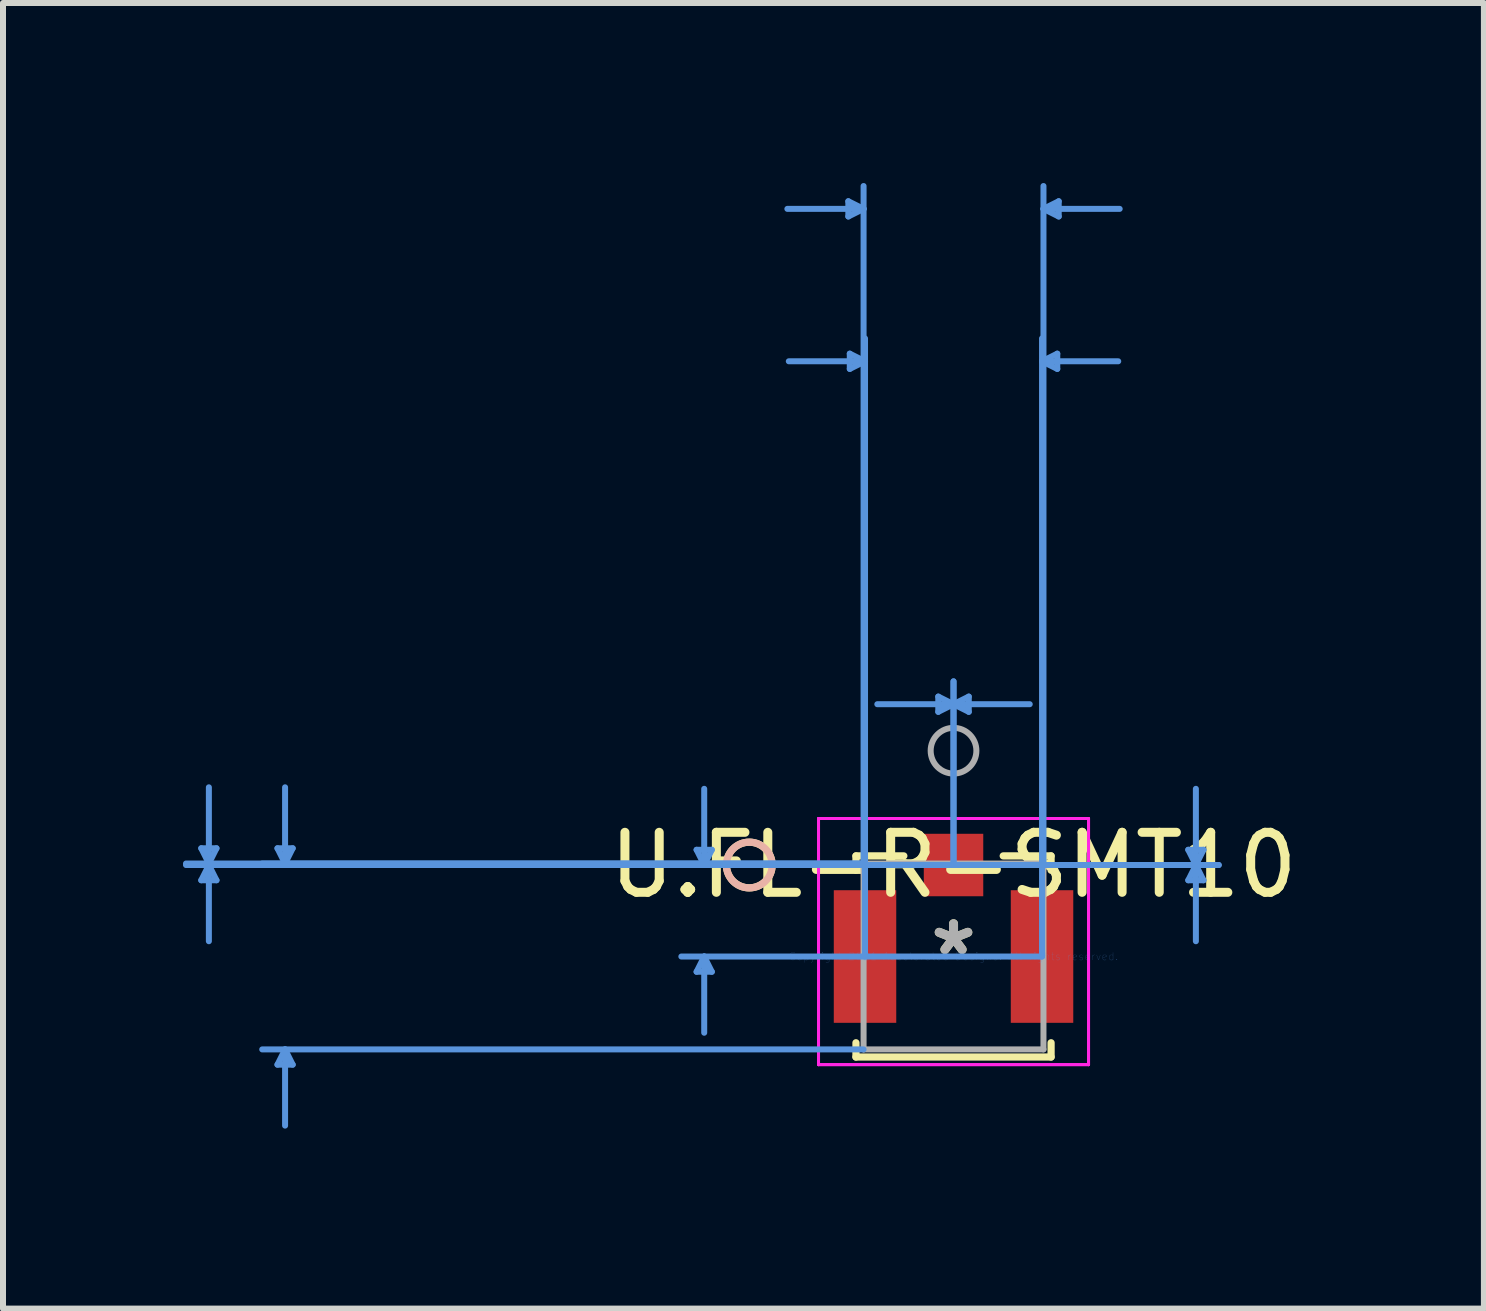
<source format=kicad_pcb>
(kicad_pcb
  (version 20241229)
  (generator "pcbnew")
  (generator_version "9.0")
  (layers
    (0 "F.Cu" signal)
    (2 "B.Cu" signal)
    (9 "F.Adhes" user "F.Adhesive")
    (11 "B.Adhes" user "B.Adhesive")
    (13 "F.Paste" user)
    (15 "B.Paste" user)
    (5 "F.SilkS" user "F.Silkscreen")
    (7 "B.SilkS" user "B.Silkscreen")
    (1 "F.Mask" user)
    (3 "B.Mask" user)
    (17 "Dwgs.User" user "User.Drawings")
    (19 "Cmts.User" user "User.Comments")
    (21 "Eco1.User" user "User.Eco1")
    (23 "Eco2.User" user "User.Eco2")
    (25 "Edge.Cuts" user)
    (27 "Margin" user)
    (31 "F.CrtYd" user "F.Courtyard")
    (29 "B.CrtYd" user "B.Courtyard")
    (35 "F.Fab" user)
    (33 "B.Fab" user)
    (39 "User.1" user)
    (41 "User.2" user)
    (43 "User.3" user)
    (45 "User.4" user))
  (footprint "U.FL-R-SMT10"
    (layer "F.Cu")
    (at 12.841 12.89)
    (property "Reference" "U.FL-R-SMT10" (at 0 -1.524 0) (layer "F.SilkS") (effects (font (size 1 1) (thickness 0.15))))
    (attr through_hole)
    (fp_line (start -1.626 -1.676) (end -1.626 -1.437) (stroke (width 0.12) (type solid)) (layer "F.SilkS"))
    (fp_line (start -1.626 1.438) (end -1.626 1.676) (stroke (width 0.12) (type solid)) (layer "F.SilkS"))
    (fp_line (start -1.626 1.676) (end 1.626 1.676) (stroke (width 0.12) (type solid)) (layer "F.SilkS"))
    (fp_line (start -0.828 -1.676) (end -1.626 -1.676) (stroke (width 0.12) (type solid)) (layer "F.SilkS"))
    (fp_line (start 1.626 -1.676) (end 0.828 -1.676) (stroke (width 0.12) (type solid)) (layer "F.SilkS"))
    (fp_line (start 1.626 -1.437) (end 1.626 -1.676) (stroke (width 0.12) (type solid)) (layer "F.SilkS"))
    (fp_line (start 1.626 1.676) (end 1.626 1.438) (stroke (width 0.12) (type solid)) (layer "F.SilkS"))
    (fp_circle (center -3.404 -1.524) (end -3.023 -1.524) (stroke (width 0.12) (type solid)) (fill no) (layer "F.SilkS"))
    (fp_circle (center -3.404 -1.524) (end -3.023 -1.524) (stroke (width 0.12) (type solid)) (fill no) (layer "B.SilkS"))
    (fp_line (start -12.537 -1.803) (end -12.283 -1.803) (stroke (width 0.1) (type solid)) (layer "Cmts.User"))
    (fp_line (start -12.537 -1.27) (end -12.283 -1.27) (stroke (width 0.1) (type solid)) (layer "Cmts.User"))
    (fp_line (start -12.41 -1.549) (end -12.537 -1.803) (stroke (width 0.1) (type solid)) (layer "Cmts.User"))
    (fp_line (start -12.41 -1.549) (end -12.41 -2.819) (stroke (width 0.1) (type solid)) (layer "Cmts.User"))
    (fp_line (start -12.41 -1.549) (end -12.283 -1.803) (stroke (width 0.1) (type solid)) (layer "Cmts.User"))
    (fp_line (start -12.41 -1.524) (end -12.537 -1.27) (stroke (width 0.1) (type solid)) (layer "Cmts.User"))
    (fp_line (start -12.41 -1.524) (end -12.41 -0.254) (stroke (width 0.1) (type solid)) (layer "Cmts.User"))
    (fp_line (start -12.41 -1.524) (end -12.283 -1.27) (stroke (width 0.1) (type solid)) (layer "Cmts.User"))
    (fp_line (start -11.267 -1.803) (end -11.013 -1.803) (stroke (width 0.1) (type solid)) (layer "Cmts.User"))
    (fp_line (start -11.267 1.803) (end -11.013 1.803) (stroke (width 0.1) (type solid)) (layer "Cmts.User"))
    (fp_line (start -11.14 -1.549) (end -11.267 -1.803) (stroke (width 0.1) (type solid)) (layer "Cmts.User"))
    (fp_line (start -11.14 -1.549) (end -11.14 -2.819) (stroke (width 0.1) (type solid)) (layer "Cmts.User"))
    (fp_line (start -11.14 -1.549) (end -11.013 -1.803) (stroke (width 0.1) (type solid)) (layer "Cmts.User"))
    (fp_line (start -11.14 1.549) (end -11.267 1.803) (stroke (width 0.1) (type solid)) (layer "Cmts.User"))
    (fp_line (start -11.14 1.549) (end -11.14 2.819) (stroke (width 0.1) (type solid)) (layer "Cmts.User"))
    (fp_line (start -11.14 1.549) (end -11.013 1.803) (stroke (width 0.1) (type solid)) (layer "Cmts.User"))
    (fp_line (start -4.282 -1.778) (end -4.028 -1.778) (stroke (width 0.1) (type solid)) (layer "Cmts.User"))
    (fp_line (start -4.282 0.255) (end -4.028 0.255) (stroke (width 0.1) (type solid)) (layer "Cmts.User"))
    (fp_line (start -4.155 -1.524) (end -4.282 -1.778) (stroke (width 0.1) (type solid)) (layer "Cmts.User"))
    (fp_line (start -4.155 -1.524) (end -4.155 -2.794) (stroke (width 0.1) (type solid)) (layer "Cmts.User"))
    (fp_line (start -4.155 -1.524) (end -4.028 -1.778) (stroke (width 0.1) (type solid)) (layer "Cmts.User"))
    (fp_line (start -4.155 0.001) (end -4.282 0.255) (stroke (width 0.1) (type solid)) (layer "Cmts.User"))
    (fp_line (start -4.155 0.001) (end -4.155 1.271) (stroke (width 0.1) (type solid)) (layer "Cmts.User"))
    (fp_line (start -4.155 0.001) (end -4.028 0.255) (stroke (width 0.1) (type solid)) (layer "Cmts.User"))
    (fp_line (start -1.753 -12.586) (end -1.753 -12.332) (stroke (width 0.1) (type solid)) (layer "Cmts.User"))
    (fp_line (start -1.729 -10.046) (end -1.729 -9.792) (stroke (width 0.1) (type solid)) (layer "Cmts.User"))
    (fp_line (start -1.499 -12.459) (end -2.769 -12.459) (stroke (width 0.1) (type solid)) (layer "Cmts.User"))
    (fp_line (start -1.499 -12.459) (end -1.753 -12.586) (stroke (width 0.1) (type solid)) (layer "Cmts.User"))
    (fp_line (start -1.499 -12.459) (end -1.753 -12.332) (stroke (width 0.1) (type solid)) (layer "Cmts.User"))
    (fp_line (start -1.499 -1.549) (end -12.791 -1.549) (stroke (width 0.1) (type solid)) (layer "Cmts.User"))
    (fp_line (start -1.499 -1.549) (end -11.521 -1.549) (stroke (width 0.1) (type solid)) (layer "Cmts.User"))
    (fp_line (start -1.499 -1.549) (end -1.499 -12.84) (stroke (width 0.1) (type solid)) (layer "Cmts.User"))
    (fp_line (start -1.499 1.549) (end -11.521 1.549) (stroke (width 0.1) (type solid)) (layer "Cmts.User"))
    (fp_line (start -1.475 -9.919) (end -2.745 -9.919) (stroke (width 0.1) (type solid)) (layer "Cmts.User"))
    (fp_line (start -1.475 -9.919) (end -1.729 -10.046) (stroke (width 0.1) (type solid)) (layer "Cmts.User"))
    (fp_line (start -1.475 -9.919) (end -1.729 -9.792) (stroke (width 0.1) (type solid)) (layer "Cmts.User"))
    (fp_line (start -1.475 0.001) (end -1.475 -10.3) (stroke (width 0.1) (type solid)) (layer "Cmts.User"))
    (fp_line (start -0.254 -4.331) (end -0.254 -4.077) (stroke (width 0.1) (type solid)) (layer "Cmts.User"))
    (fp_line (start 0 -4.204) (end -1.27 -4.204) (stroke (width 0.1) (type solid)) (layer "Cmts.User"))
    (fp_line (start 0 -4.204) (end -0.254 -4.331) (stroke (width 0.1) (type solid)) (layer "Cmts.User"))
    (fp_line (start 0 -4.204) (end -0.254 -4.077) (stroke (width 0.1) (type solid)) (layer "Cmts.User"))
    (fp_line (start 0 -4.204) (end 0.254 -4.331) (stroke (width 0.1) (type solid)) (layer "Cmts.User"))
    (fp_line (start 0 -4.204) (end 0.254 -4.077) (stroke (width 0.1) (type solid)) (layer "Cmts.User"))
    (fp_line (start 0 -4.204) (end 1.27 -4.204) (stroke (width 0.1) (type solid)) (layer "Cmts.User"))
    (fp_line (start 0 -1.524) (end -12.791 -1.524) (stroke (width 0.1) (type solid)) (layer "Cmts.User"))
    (fp_line (start 0 -1.524) (end -4.536 -1.524) (stroke (width 0.1) (type solid)) (layer "Cmts.User"))
    (fp_line (start 0 -1.524) (end 0 -4.585) (stroke (width 0.1) (type solid)) (layer "Cmts.User"))
    (fp_line (start 0 -1.524) (end 0 -4.585) (stroke (width 0.1) (type solid)) (layer "Cmts.User"))
    (fp_line (start 0 -1.524) (end 4.42 -1.524) (stroke (width 0.1) (type solid)) (layer "Cmts.User"))
    (fp_line (start 0 -1.524) (end 4.42 -1.524) (stroke (width 0.1) (type solid)) (layer "Cmts.User"))
    (fp_line (start 0.254 -4.331) (end 0.254 -4.077) (stroke (width 0.1) (type solid)) (layer "Cmts.User"))
    (fp_line (start 1.475 -9.919) (end 1.729 -10.046) (stroke (width 0.1) (type solid)) (layer "Cmts.User"))
    (fp_line (start 1.475 -9.919) (end 1.729 -9.792) (stroke (width 0.1) (type solid)) (layer "Cmts.User"))
    (fp_line (start 1.475 -9.919) (end 2.745 -9.919) (stroke (width 0.1) (type solid)) (layer "Cmts.User"))
    (fp_line (start 1.475 0.001) (end -4.536 0.001) (stroke (width 0.1) (type solid)) (layer "Cmts.User"))
    (fp_line (start 1.475 0.001) (end 1.475 -10.3) (stroke (width 0.1) (type solid)) (layer "Cmts.User"))
    (fp_line (start 1.499 -12.459) (end 1.753 -12.586) (stroke (width 0.1) (type solid)) (layer "Cmts.User"))
    (fp_line (start 1.499 -12.459) (end 1.753 -12.332) (stroke (width 0.1) (type solid)) (layer "Cmts.User"))
    (fp_line (start 1.499 -12.459) (end 2.769 -12.459) (stroke (width 0.1) (type solid)) (layer "Cmts.User"))
    (fp_line (start 1.499 -1.549) (end 1.499 -12.84) (stroke (width 0.1) (type solid)) (layer "Cmts.User"))
    (fp_line (start 1.729 -10.046) (end 1.729 -9.792) (stroke (width 0.1) (type solid)) (layer "Cmts.User"))
    (fp_line (start 1.753 -12.586) (end 1.753 -12.332) (stroke (width 0.1) (type solid)) (layer "Cmts.User"))
    (fp_line (start 3.912 -1.778) (end 4.166 -1.778) (stroke (width 0.1) (type solid)) (layer "Cmts.User"))
    (fp_line (start 3.912 -1.27) (end 4.166 -1.27) (stroke (width 0.1) (type solid)) (layer "Cmts.User"))
    (fp_line (start 4.039 -1.524) (end 3.912 -1.778) (stroke (width 0.1) (type solid)) (layer "Cmts.User"))
    (fp_line (start 4.039 -1.524) (end 3.912 -1.27) (stroke (width 0.1) (type solid)) (layer "Cmts.User"))
    (fp_line (start 4.039 -1.524) (end 4.039 -2.794) (stroke (width 0.1) (type solid)) (layer "Cmts.User"))
    (fp_line (start 4.039 -1.524) (end 4.039 -0.254) (stroke (width 0.1) (type solid)) (layer "Cmts.User"))
    (fp_line (start 4.039 -1.524) (end 4.166 -1.778) (stroke (width 0.1) (type solid)) (layer "Cmts.User"))
    (fp_line (start 4.039 -1.524) (end 4.166 -1.27) (stroke (width 0.1) (type solid)) (layer "Cmts.User"))
    (fp_line (start -2.25 -2.299) (end -2.25 1.803) (stroke (width 0.05) (type solid)) (layer "F.CrtYd"))
    (fp_line (start -2.25 -2.299) (end -2.25 1.803) (stroke (width 0.05) (type solid)) (layer "F.CrtYd"))
    (fp_line (start -2.25 1.803) (end 2.25 1.803) (stroke (width 0.05) (type solid)) (layer "F.CrtYd"))
    (fp_line (start -2.25 1.803) (end 2.25 1.803) (stroke (width 0.05) (type solid)) (layer "F.CrtYd"))
    (fp_line (start 2.25 -2.299) (end -2.25 -2.299) (stroke (width 0.05) (type solid)) (layer "F.CrtYd"))
    (fp_line (start 2.25 -2.299) (end -2.25 -2.299) (stroke (width 0.05) (type solid)) (layer "F.CrtYd"))
    (fp_line (start 2.25 1.803) (end 2.25 -2.299) (stroke (width 0.05) (type solid)) (layer "F.CrtYd"))
    (fp_line (start 2.25 1.803) (end 2.25 -2.299) (stroke (width 0.05) (type solid)) (layer "F.CrtYd"))
    (fp_line (start -1.499 -1.549) (end -1.499 1.549) (stroke (width 0.1) (type solid)) (layer "F.Fab"))
    (fp_line (start -1.499 1.549) (end 1.499 1.549) (stroke (width 0.1) (type solid)) (layer "F.Fab"))
    (fp_line (start 1.499 -1.549) (end -1.499 -1.549) (stroke (width 0.1) (type solid)) (layer "F.Fab"))
    (fp_line (start 1.499 1.549) (end 1.499 -1.549) (stroke (width 0.1) (type solid)) (layer "F.Fab"))
    (fp_circle (center 0 -3.429) (end 0.381 -3.429) (stroke (width 0.1) (type solid)) (fill no) (layer "F.Fab"))
    (fp_text user "*" (at 0 0 0) (layer "F.SilkS") (effects (font (size 1 1) (thickness 0.15))))
    (fp_text user "Copyright 2021 Accelerated Designs. All rights reserved." (at 0 0 0) (layer "Cmts.User") (effects (font (size 0.127 0.127) (thickness 0.002))))
    (fp_text user "*" (at 0 0 0) (layer "F.Fab") (effects (font (size 1 1) (thickness 0.15))))
    (pad "1" smd rect (at 0 -1.524) (size 0.991 1.041) (layers "F.Cu" "F.Mask" "F.Paste"))
    (pad "2" smd rect (at -1.475 0.001) (size 1.041 2.21) (layers "F.Cu" "F.Mask" "F.Paste"))
    (pad "3" smd rect (at 1.475 0.001) (size 1.041 2.21) (layers "F.Cu" "F.Mask" "F.Paste")))
  (gr_rect
    (start -3 -3)
    (end 21.68 18.759)
    (stroke (width 0.1) (type default))
    (fill no)
    (layer "Edge.Cuts")))
</source>
